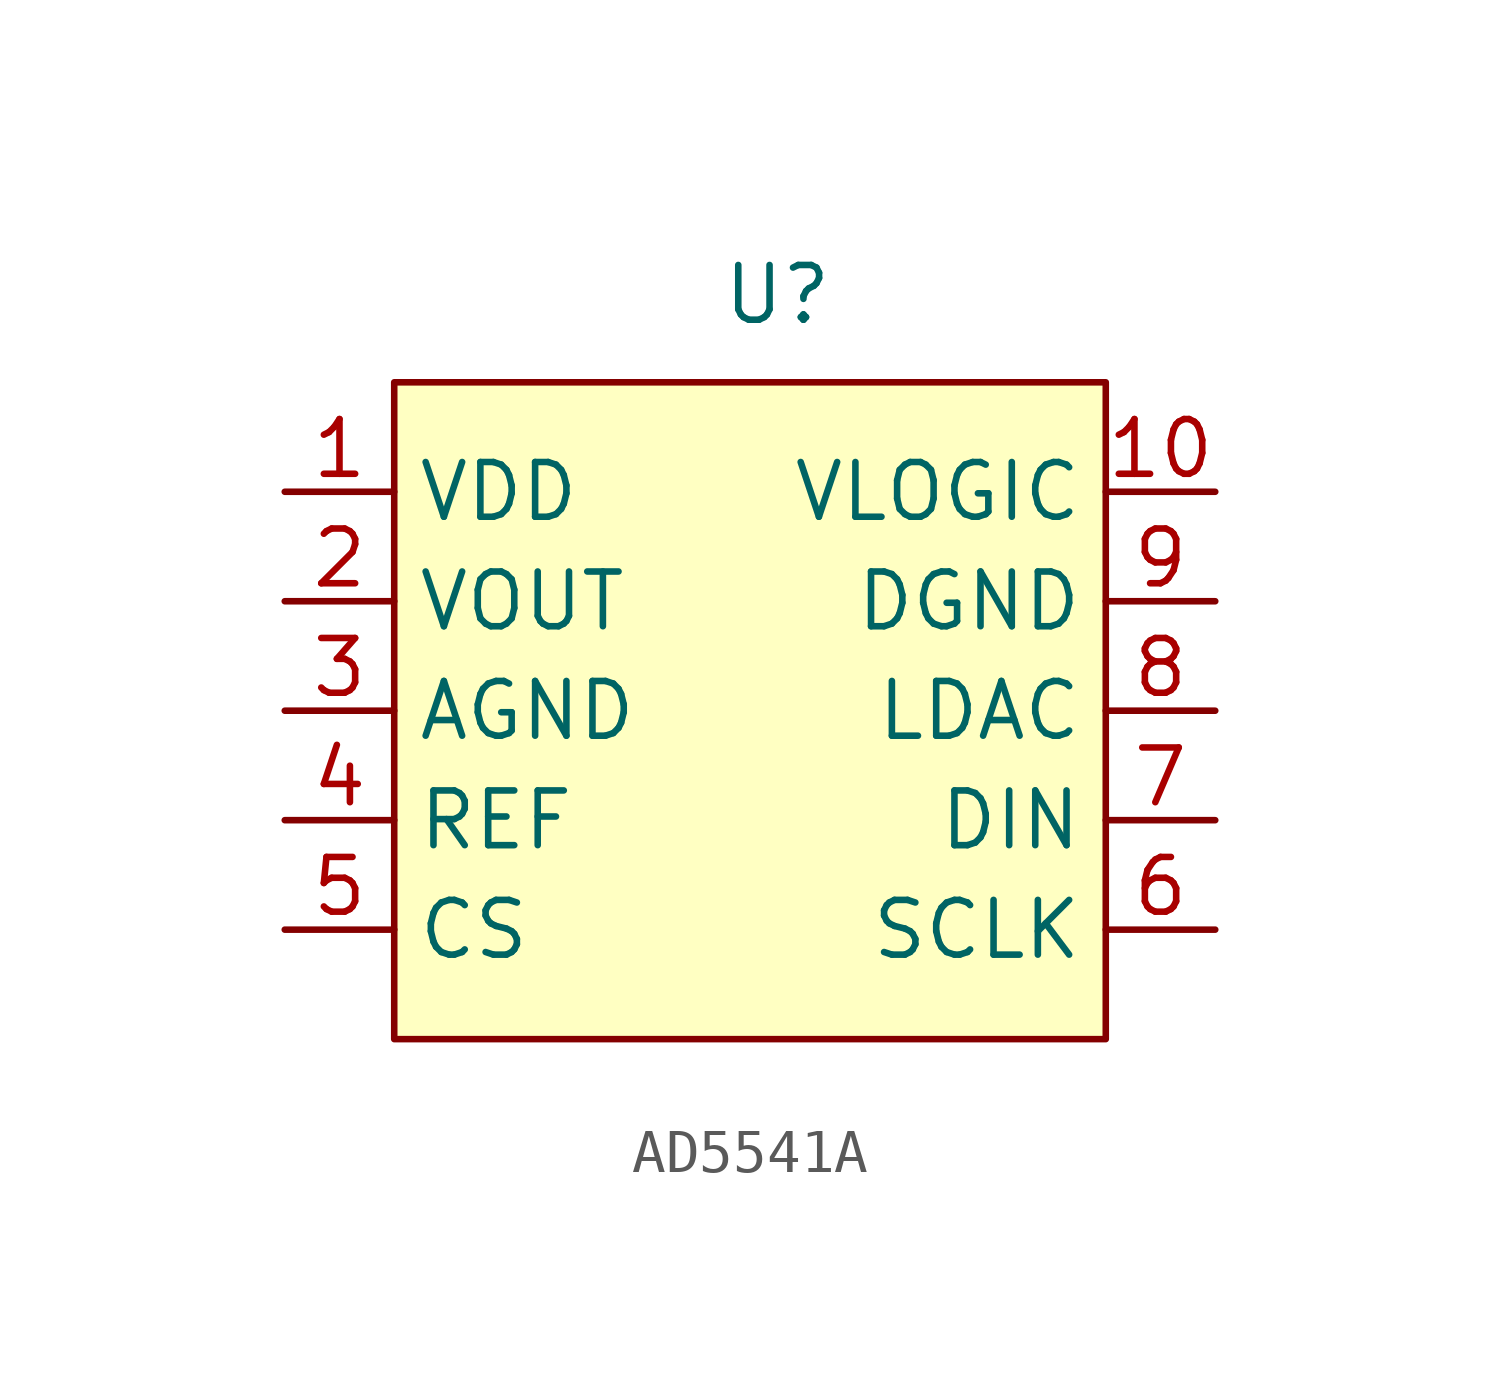
<source format=kicad_sym>
(kicad_symbol_lib
  (version 20241209)
  (generator "kicad_symbol_editor")
  (generator_version "9.0")
  (symbol "AD5541A"
    (property "Reference" "U"
      (at 0 8.382 0)
      (effects (font (size 1.27 1.27))))
    (property "Value" ""
      (at 0 0 0)
      (effects (font (size 1.27 1.27))))
    (symbol "AD5541A_0_1"
      (rectangle (start -8.89 6.35) (end 7.62 -8.89) (stroke (width 0) (type default)) (fill (type color) (color 255 255 194 1))))
    (symbol "AD5541A_1_1"
      (pin input line (at -11.43 3.81 0) (length 2.54) (name "VDD" (effects (font (size 1.27 1.27)))) (number "1" (effects (font (size 1.27 1.27)))))
      (pin output line (at -11.43 1.27 0) (length 2.54) (name "VOUT" (effects (font (size 1.27 1.27)))) (number "2" (effects (font (size 1.27 1.27)))))
      (pin output line (at -11.43 -1.27 0) (length 2.54) (name "AGND" (effects (font (size 1.27 1.27)))) (number "3" (effects (font (size 1.27 1.27)))))
      (pin output line (at -11.43 -3.81 0) (length 2.54) (name "REF" (effects (font (size 1.27 1.27)))) (number "4" (effects (font (size 1.27 1.27)))))
      (pin output line (at -11.43 -6.35 0) (length 2.54) (name "CS" (effects (font (size 1.27 1.27)))) (number "5" (effects (font (size 1.27 1.27)))))
      (pin output line (at 10.16 3.81 180) (length 2.54) (name "VLOGIC" (effects (font (size 1.27 1.27)))) (number "10" (effects (font (size 1.27 1.27)))))
      (pin output line (at 10.16 1.27 180) (length 2.54) (name "DGND" (effects (font (size 1.27 1.27)))) (number "9" (effects (font (size 1.27 1.27)))))
      (pin output line (at 10.16 -1.27 180) (length 2.54) (name "LDAC" (effects (font (size 1.27 1.27)))) (number "8" (effects (font (size 1.27 1.27)))))
      (pin output line (at 10.16 -3.81 180) (length 2.54) (name "DIN" (effects (font (size 1.27 1.27)))) (number "7" (effects (font (size 1.27 1.27)))))
      (pin output line (at 10.16 -6.35 180) (length 2.54) (name "SCLK" (effects (font (size 1.27 1.27)))) (number "6" (effects (font (size 1.27 1.27))))))))
</source>
